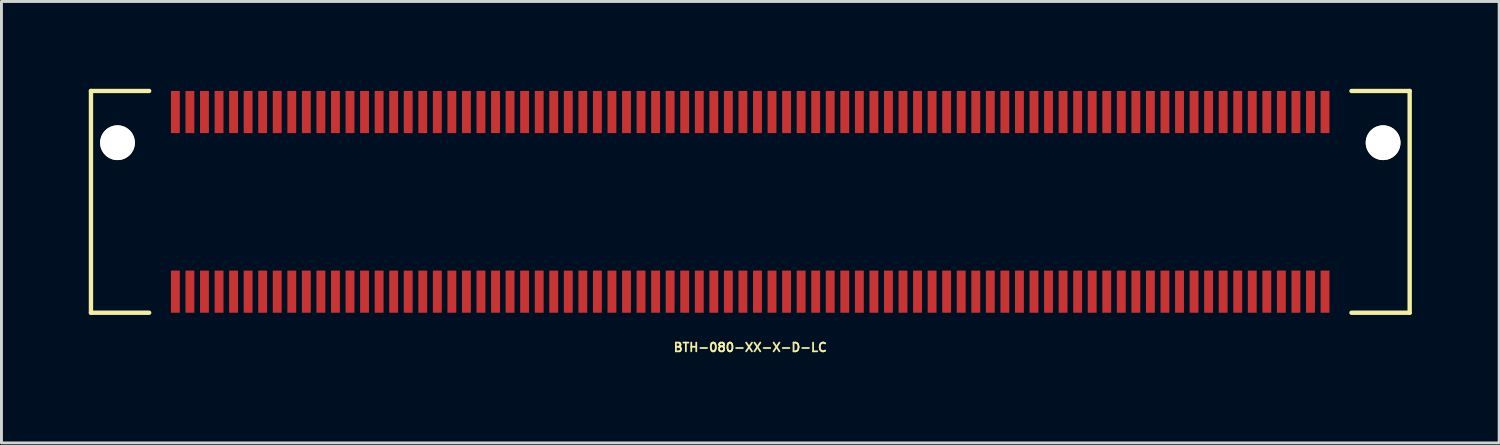
<source format=kicad_pcb>
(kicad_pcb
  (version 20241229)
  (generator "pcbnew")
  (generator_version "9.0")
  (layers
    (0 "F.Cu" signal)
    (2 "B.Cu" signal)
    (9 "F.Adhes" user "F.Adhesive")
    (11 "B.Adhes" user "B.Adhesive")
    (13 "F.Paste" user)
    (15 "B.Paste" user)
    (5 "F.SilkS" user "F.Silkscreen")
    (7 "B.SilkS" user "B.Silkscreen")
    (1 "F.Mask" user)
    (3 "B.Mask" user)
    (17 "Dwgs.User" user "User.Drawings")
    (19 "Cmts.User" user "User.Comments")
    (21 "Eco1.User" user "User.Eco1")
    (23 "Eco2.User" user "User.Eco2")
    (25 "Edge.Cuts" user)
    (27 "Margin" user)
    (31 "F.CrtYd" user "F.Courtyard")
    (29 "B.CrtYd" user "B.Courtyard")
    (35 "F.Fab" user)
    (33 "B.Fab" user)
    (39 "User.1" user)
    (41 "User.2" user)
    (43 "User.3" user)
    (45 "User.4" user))
  (footprint "BTH-080-XX-X-D-LC"
    (layer "F.Cu")
    (at 22.729 3.885)
    (property "Reference" "BTH-080-XX-X-D-LC" (at 0 5 0) (layer "F.SilkS") (effects (font (size 0.3 0.3) (thickness 0.061))))
    (attr smd)
    (fp_line (start -22.654 -3.81) (end -22.654 3.81) (stroke (width 0.15) (type solid)) (layer "F.SilkS"))
    (fp_line (start -22.654 3.81) (end -20.654 3.81) (stroke (width 0.15) (type solid)) (layer "F.SilkS"))
    (fp_line (start -20.654 -3.81) (end -22.654 -3.81) (stroke (width 0.15) (type solid)) (layer "F.SilkS"))
    (fp_line (start 20.654 -3.81) (end 22.654 -3.81) (stroke (width 0.15) (type solid)) (layer "F.SilkS"))
    (fp_line (start 22.654 -3.81) (end 22.654 3.81) (stroke (width 0.15) (type solid)) (layer "F.SilkS"))
    (fp_line (start 22.654 3.81) (end 20.654 3.81) (stroke (width 0.15) (type solid)) (layer "F.SilkS"))
    (pad "" np_thru_hole circle (at -21.742 -2.032) (size 1.194 1.194) (drill 1.194) (layers "*.Cu" "*.Mask" "F.SilkS"))
    (pad "" np_thru_hole circle (at 21.741 -2.032) (size 1.194 1.194) (drill 1.194) (layers "*.Cu" "*.Mask" "F.SilkS"))
    (pad "1" smd rect (at -19.754 -3.086) (size 0.305 1.448) (layers "F.Cu" "F.Mask" "F.Paste"))
    (pad "2" smd rect (at -19.754 3.086) (size 0.305 1.448) (layers "F.Cu" "F.Mask" "F.Paste"))
    (pad "3" smd rect (at -19.254 -3.086) (size 0.305 1.448) (layers "F.Cu" "F.Mask" "F.Paste"))
    (pad "4" smd rect (at -19.254 3.086) (size 0.305 1.448) (layers "F.Cu" "F.Mask" "F.Paste"))
    (pad "5" smd rect (at -18.754 -3.086) (size 0.305 1.448) (layers "F.Cu" "F.Mask" "F.Paste"))
    (pad "6" smd rect (at -18.754 3.086) (size 0.305 1.448) (layers "F.Cu" "F.Mask" "F.Paste"))
    (pad "7" smd rect (at -18.254 -3.086) (size 0.305 1.448) (layers "F.Cu" "F.Mask" "F.Paste"))
    (pad "8" smd rect (at -18.254 3.086) (size 0.305 1.448) (layers "F.Cu" "F.Mask" "F.Paste"))
    (pad "9" smd rect (at -17.754 -3.086) (size 0.305 1.448) (layers "F.Cu" "F.Mask" "F.Paste"))
    (pad "10" smd rect (at -17.754 3.086) (size 0.305 1.448) (layers "F.Cu" "F.Mask" "F.Paste"))
    (pad "11" smd rect (at -17.254 -3.086) (size 0.305 1.448) (layers "F.Cu" "F.Mask" "F.Paste"))
    (pad "12" smd rect (at -17.254 3.086) (size 0.305 1.448) (layers "F.Cu" "F.Mask" "F.Paste"))
    (pad "13" smd rect (at -16.754 -3.086) (size 0.305 1.448) (layers "F.Cu" "F.Mask" "F.Paste"))
    (pad "14" smd rect (at -16.754 3.086) (size 0.305 1.448) (layers "F.Cu" "F.Mask" "F.Paste"))
    (pad "15" smd rect (at -16.254 -3.086) (size 0.305 1.448) (layers "F.Cu" "F.Mask" "F.Paste"))
    (pad "16" smd rect (at -16.254 3.086) (size 0.305 1.448) (layers "F.Cu" "F.Mask" "F.Paste"))
    (pad "17" smd rect (at -15.754 -3.086) (size 0.305 1.448) (layers "F.Cu" "F.Mask" "F.Paste"))
    (pad "18" smd rect (at -15.754 3.086) (size 0.305 1.448) (layers "F.Cu" "F.Mask" "F.Paste"))
    (pad "19" smd rect (at -15.254 -3.086) (size 0.305 1.448) (layers "F.Cu" "F.Mask" "F.Paste"))
    (pad "20" smd rect (at -15.254 3.086) (size 0.305 1.448) (layers "F.Cu" "F.Mask" "F.Paste"))
    (pad "21" smd rect (at -14.754 -3.086) (size 0.305 1.448) (layers "F.Cu" "F.Mask" "F.Paste"))
    (pad "22" smd rect (at -14.754 3.086) (size 0.305 1.448) (layers "F.Cu" "F.Mask" "F.Paste"))
    (pad "23" smd rect (at -14.254 -3.086) (size 0.305 1.448) (layers "F.Cu" "F.Mask" "F.Paste"))
    (pad "24" smd rect (at -14.254 3.086) (size 0.305 1.448) (layers "F.Cu" "F.Mask" "F.Paste"))
    (pad "25" smd rect (at -13.754 -3.086) (size 0.305 1.448) (layers "F.Cu" "F.Mask" "F.Paste"))
    (pad "26" smd rect (at -13.754 3.086) (size 0.305 1.448) (layers "F.Cu" "F.Mask" "F.Paste"))
    (pad "27" smd rect (at -13.254 -3.086) (size 0.305 1.448) (layers "F.Cu" "F.Mask" "F.Paste"))
    (pad "28" smd rect (at -13.254 3.086) (size 0.305 1.448) (layers "F.Cu" "F.Mask" "F.Paste"))
    (pad "29" smd rect (at -12.754 -3.086) (size 0.305 1.448) (layers "F.Cu" "F.Mask" "F.Paste"))
    (pad "30" smd rect (at -12.754 3.086) (size 0.305 1.448) (layers "F.Cu" "F.Mask" "F.Paste"))
    (pad "31" smd rect (at -12.254 -3.086) (size 0.305 1.448) (layers "F.Cu" "F.Mask" "F.Paste"))
    (pad "32" smd rect (at -12.254 3.086) (size 0.305 1.448) (layers "F.Cu" "F.Mask" "F.Paste"))
    (pad "33" smd rect (at -11.754 -3.086) (size 0.305 1.448) (layers "F.Cu" "F.Mask" "F.Paste"))
    (pad "34" smd rect (at -11.754 3.086) (size 0.305 1.448) (layers "F.Cu" "F.Mask" "F.Paste"))
    (pad "35" smd rect (at -11.254 -3.086) (size 0.305 1.448) (layers "F.Cu" "F.Mask" "F.Paste"))
    (pad "36" smd rect (at -11.254 3.086) (size 0.305 1.448) (layers "F.Cu" "F.Mask" "F.Paste"))
    (pad "37" smd rect (at -10.754 -3.086) (size 0.305 1.448) (layers "F.Cu" "F.Mask" "F.Paste"))
    (pad "38" smd rect (at -10.754 3.086) (size 0.305 1.448) (layers "F.Cu" "F.Mask" "F.Paste"))
    (pad "39" smd rect (at -10.254 -3.086) (size 0.305 1.448) (layers "F.Cu" "F.Mask" "F.Paste"))
    (pad "40" smd rect (at -10.254 3.086) (size 0.305 1.448) (layers "F.Cu" "F.Mask" "F.Paste"))
    (pad "41" smd rect (at -9.754 -3.086) (size 0.305 1.448) (layers "F.Cu" "F.Mask" "F.Paste"))
    (pad "42" smd rect (at -9.754 3.086) (size 0.305 1.448) (layers "F.Cu" "F.Mask" "F.Paste"))
    (pad "43" smd rect (at -9.254 -3.086) (size 0.305 1.448) (layers "F.Cu" "F.Mask" "F.Paste"))
    (pad "44" smd rect (at -9.254 3.086) (size 0.305 1.448) (layers "F.Cu" "F.Mask" "F.Paste"))
    (pad "45" smd rect (at -8.754 -3.086) (size 0.305 1.448) (layers "F.Cu" "F.Mask" "F.Paste"))
    (pad "46" smd rect (at -8.754 3.086) (size 0.305 1.448) (layers "F.Cu" "F.Mask" "F.Paste"))
    (pad "47" smd rect (at -8.254 -3.086) (size 0.305 1.448) (layers "F.Cu" "F.Mask" "F.Paste"))
    (pad "48" smd rect (at -8.254 3.086) (size 0.305 1.448) (layers "F.Cu" "F.Mask" "F.Paste"))
    (pad "49" smd rect (at -7.754 -3.086) (size 0.305 1.448) (layers "F.Cu" "F.Mask" "F.Paste"))
    (pad "50" smd rect (at -7.754 3.086) (size 0.305 1.448) (layers "F.Cu" "F.Mask" "F.Paste"))
    (pad "51" smd rect (at -7.254 -3.086) (size 0.305 1.448) (layers "F.Cu" "F.Mask" "F.Paste"))
    (pad "52" smd rect (at -7.254 3.086) (size 0.305 1.448) (layers "F.Cu" "F.Mask" "F.Paste"))
    (pad "53" smd rect (at -6.754 -3.086) (size 0.305 1.448) (layers "F.Cu" "F.Mask" "F.Paste"))
    (pad "54" smd rect (at -6.754 3.086) (size 0.305 1.448) (layers "F.Cu" "F.Mask" "F.Paste"))
    (pad "55" smd rect (at -6.254 -3.086) (size 0.305 1.448) (layers "F.Cu" "F.Mask" "F.Paste"))
    (pad "56" smd rect (at -6.254 3.086) (size 0.305 1.448) (layers "F.Cu" "F.Mask" "F.Paste"))
    (pad "57" smd rect (at -5.754 -3.086) (size 0.305 1.448) (layers "F.Cu" "F.Mask" "F.Paste"))
    (pad "58" smd rect (at -5.754 3.086) (size 0.305 1.448) (layers "F.Cu" "F.Mask" "F.Paste"))
    (pad "59" smd rect (at -5.254 -3.086) (size 0.305 1.448) (layers "F.Cu" "F.Mask" "F.Paste"))
    (pad "60" smd rect (at -5.254 3.086) (size 0.305 1.448) (layers "F.Cu" "F.Mask" "F.Paste"))
    (pad "61" smd rect (at -4.754 -3.086) (size 0.305 1.448) (layers "F.Cu" "F.Mask" "F.Paste"))
    (pad "62" smd rect (at -4.754 3.086) (size 0.305 1.448) (layers "F.Cu" "F.Mask" "F.Paste"))
    (pad "63" smd rect (at -4.254 -3.086) (size 0.305 1.448) (layers "F.Cu" "F.Mask" "F.Paste"))
    (pad "64" smd rect (at -4.254 3.086) (size 0.305 1.448) (layers "F.Cu" "F.Mask" "F.Paste"))
    (pad "65" smd rect (at -3.754 -3.086) (size 0.305 1.448) (layers "F.Cu" "F.Mask" "F.Paste"))
    (pad "66" smd rect (at -3.754 3.086) (size 0.305 1.448) (layers "F.Cu" "F.Mask" "F.Paste"))
    (pad "67" smd rect (at -3.254 -3.086) (size 0.305 1.448) (layers "F.Cu" "F.Mask" "F.Paste"))
    (pad "68" smd rect (at -3.254 3.086) (size 0.305 1.448) (layers "F.Cu" "F.Mask" "F.Paste"))
    (pad "69" smd rect (at -2.754 -3.086) (size 0.305 1.448) (layers "F.Cu" "F.Mask" "F.Paste"))
    (pad "70" smd rect (at -2.754 3.086) (size 0.305 1.448) (layers "F.Cu" "F.Mask" "F.Paste"))
    (pad "71" smd rect (at -2.254 -3.086) (size 0.305 1.448) (layers "F.Cu" "F.Mask" "F.Paste"))
    (pad "72" smd rect (at -2.254 3.086) (size 0.305 1.448) (layers "F.Cu" "F.Mask" "F.Paste"))
    (pad "73" smd rect (at -1.754 -3.086) (size 0.305 1.448) (layers "F.Cu" "F.Mask" "F.Paste"))
    (pad "74" smd rect (at -1.754 3.086) (size 0.305 1.448) (layers "F.Cu" "F.Mask" "F.Paste"))
    (pad "75" smd rect (at -1.254 -3.086) (size 0.305 1.448) (layers "F.Cu" "F.Mask" "F.Paste"))
    (pad "76" smd rect (at -1.254 3.086) (size 0.305 1.448) (layers "F.Cu" "F.Mask" "F.Paste"))
    (pad "77" smd rect (at -0.754 -3.086) (size 0.305 1.448) (layers "F.Cu" "F.Mask" "F.Paste"))
    (pad "78" smd rect (at -0.754 3.086) (size 0.305 1.448) (layers "F.Cu" "F.Mask" "F.Paste"))
    (pad "79" smd rect (at -0.254 -3.086) (size 0.305 1.448) (layers "F.Cu" "F.Mask" "F.Paste"))
    (pad "80" smd rect (at -0.254 3.086) (size 0.305 1.448) (layers "F.Cu" "F.Mask" "F.Paste"))
    (pad "81" smd rect (at 0.246 -3.086) (size 0.305 1.448) (layers "F.Cu" "F.Mask" "F.Paste"))
    (pad "82" smd rect (at 0.246 3.086) (size 0.305 1.448) (layers "F.Cu" "F.Mask" "F.Paste"))
    (pad "83" smd rect (at 0.746 -3.086) (size 0.305 1.448) (layers "F.Cu" "F.Mask" "F.Paste"))
    (pad "84" smd rect (at 0.746 3.086) (size 0.305 1.448) (layers "F.Cu" "F.Mask" "F.Paste"))
    (pad "85" smd rect (at 1.246 -3.086) (size 0.305 1.448) (layers "F.Cu" "F.Mask" "F.Paste"))
    (pad "86" smd rect (at 1.246 3.086) (size 0.305 1.448) (layers "F.Cu" "F.Mask" "F.Paste"))
    (pad "87" smd rect (at 1.746 -3.086) (size 0.305 1.448) (layers "F.Cu" "F.Mask" "F.Paste"))
    (pad "88" smd rect (at 1.746 3.086) (size 0.305 1.448) (layers "F.Cu" "F.Mask" "F.Paste"))
    (pad "89" smd rect (at 2.246 -3.086) (size 0.305 1.448) (layers "F.Cu" "F.Mask" "F.Paste"))
    (pad "90" smd rect (at 2.246 3.086) (size 0.305 1.448) (layers "F.Cu" "F.Mask" "F.Paste"))
    (pad "91" smd rect (at 2.746 -3.086) (size 0.305 1.448) (layers "F.Cu" "F.Mask" "F.Paste"))
    (pad "92" smd rect (at 2.746 3.086) (size 0.305 1.448) (layers "F.Cu" "F.Mask" "F.Paste"))
    (pad "93" smd rect (at 3.246 -3.086) (size 0.305 1.448) (layers "F.Cu" "F.Mask" "F.Paste"))
    (pad "94" smd rect (at 3.246 3.086) (size 0.305 1.448) (layers "F.Cu" "F.Mask" "F.Paste"))
    (pad "95" smd rect (at 3.746 -3.086) (size 0.305 1.448) (layers "F.Cu" "F.Mask" "F.Paste"))
    (pad "96" smd rect (at 3.746 3.086) (size 0.305 1.448) (layers "F.Cu" "F.Mask" "F.Paste"))
    (pad "97" smd rect (at 4.246 -3.086) (size 0.305 1.448) (layers "F.Cu" "F.Mask" "F.Paste"))
    (pad "98" smd rect (at 4.246 3.086) (size 0.305 1.448) (layers "F.Cu" "F.Mask" "F.Paste"))
    (pad "99" smd rect (at 4.746 -3.086) (size 0.305 1.448) (layers "F.Cu" "F.Mask" "F.Paste"))
    (pad "100" smd rect (at 4.746 3.086) (size 0.305 1.448) (layers "F.Cu" "F.Mask" "F.Paste"))
    (pad "101" smd rect (at 5.246 -3.086) (size 0.305 1.448) (layers "F.Cu" "F.Mask" "F.Paste"))
    (pad "102" smd rect (at 5.246 3.086) (size 0.305 1.448) (layers "F.Cu" "F.Mask" "F.Paste"))
    (pad "103" smd rect (at 5.746 -3.086) (size 0.305 1.448) (layers "F.Cu" "F.Mask" "F.Paste"))
    (pad "104" smd rect (at 5.746 3.086) (size 0.305 1.448) (layers "F.Cu" "F.Mask" "F.Paste"))
    (pad "105" smd rect (at 6.246 -3.086) (size 0.305 1.448) (layers "F.Cu" "F.Mask" "F.Paste"))
    (pad "106" smd rect (at 6.246 3.086) (size 0.305 1.448) (layers "F.Cu" "F.Mask" "F.Paste"))
    (pad "107" smd rect (at 6.746 -3.086) (size 0.305 1.448) (layers "F.Cu" "F.Mask" "F.Paste"))
    (pad "108" smd rect (at 6.746 3.086) (size 0.305 1.448) (layers "F.Cu" "F.Mask" "F.Paste"))
    (pad "109" smd rect (at 7.246 -3.086) (size 0.305 1.448) (layers "F.Cu" "F.Mask" "F.Paste"))
    (pad "110" smd rect (at 7.246 3.086) (size 0.305 1.448) (layers "F.Cu" "F.Mask" "F.Paste"))
    (pad "111" smd rect (at 7.746 -3.086) (size 0.305 1.448) (layers "F.Cu" "F.Mask" "F.Paste"))
    (pad "112" smd rect (at 7.746 3.086) (size 0.305 1.448) (layers "F.Cu" "F.Mask" "F.Paste"))
    (pad "113" smd rect (at 8.246 -3.086) (size 0.305 1.448) (layers "F.Cu" "F.Mask" "F.Paste"))
    (pad "114" smd rect (at 8.246 3.086) (size 0.305 1.448) (layers "F.Cu" "F.Mask" "F.Paste"))
    (pad "115" smd rect (at 8.746 -3.086) (size 0.305 1.448) (layers "F.Cu" "F.Mask" "F.Paste"))
    (pad "116" smd rect (at 8.746 3.086) (size 0.305 1.448) (layers "F.Cu" "F.Mask" "F.Paste"))
    (pad "117" smd rect (at 9.246 -3.086) (size 0.305 1.448) (layers "F.Cu" "F.Mask" "F.Paste"))
    (pad "118" smd rect (at 9.246 3.086) (size 0.305 1.448) (layers "F.Cu" "F.Mask" "F.Paste"))
    (pad "119" smd rect (at 9.746 -3.086) (size 0.305 1.448) (layers "F.Cu" "F.Mask" "F.Paste"))
    (pad "120" smd rect (at 9.746 3.086) (size 0.305 1.448) (layers "F.Cu" "F.Mask" "F.Paste"))
    (pad "121" smd rect (at 10.246 -3.086) (size 0.305 1.448) (layers "F.Cu" "F.Mask" "F.Paste"))
    (pad "122" smd rect (at 10.246 3.086) (size 0.305 1.448) (layers "F.Cu" "F.Mask" "F.Paste"))
    (pad "123" smd rect (at 10.746 -3.086) (size 0.305 1.448) (layers "F.Cu" "F.Mask" "F.Paste"))
    (pad "124" smd rect (at 10.746 3.086) (size 0.305 1.448) (layers "F.Cu" "F.Mask" "F.Paste"))
    (pad "125" smd rect (at 11.246 -3.086) (size 0.305 1.448) (layers "F.Cu" "F.Mask" "F.Paste"))
    (pad "126" smd rect (at 11.246 3.086) (size 0.305 1.448) (layers "F.Cu" "F.Mask" "F.Paste"))
    (pad "127" smd rect (at 11.746 -3.086) (size 0.305 1.448) (layers "F.Cu" "F.Mask" "F.Paste"))
    (pad "128" smd rect (at 11.746 3.086) (size 0.305 1.448) (layers "F.Cu" "F.Mask" "F.Paste"))
    (pad "129" smd rect (at 12.246 -3.086) (size 0.305 1.448) (layers "F.Cu" "F.Mask" "F.Paste"))
    (pad "130" smd rect (at 12.246 3.086) (size 0.305 1.448) (layers "F.Cu" "F.Mask" "F.Paste"))
    (pad "131" smd rect (at 12.746 -3.086) (size 0.305 1.448) (layers "F.Cu" "F.Mask" "F.Paste"))
    (pad "132" smd rect (at 12.746 3.086) (size 0.305 1.448) (layers "F.Cu" "F.Mask" "F.Paste"))
    (pad "133" smd rect (at 13.246 -3.086) (size 0.305 1.448) (layers "F.Cu" "F.Mask" "F.Paste"))
    (pad "134" smd rect (at 13.246 3.086) (size 0.305 1.448) (layers "F.Cu" "F.Mask" "F.Paste"))
    (pad "135" smd rect (at 13.746 -3.086) (size 0.305 1.448) (layers "F.Cu" "F.Mask" "F.Paste"))
    (pad "136" smd rect (at 13.746 3.086) (size 0.305 1.448) (layers "F.Cu" "F.Mask" "F.Paste"))
    (pad "137" smd rect (at 14.246 -3.086) (size 0.305 1.448) (layers "F.Cu" "F.Mask" "F.Paste"))
    (pad "138" smd rect (at 14.246 3.086) (size 0.305 1.448) (layers "F.Cu" "F.Mask" "F.Paste"))
    (pad "139" smd rect (at 14.746 -3.086) (size 0.305 1.448) (layers "F.Cu" "F.Mask" "F.Paste"))
    (pad "140" smd rect (at 14.746 3.086) (size 0.305 1.448) (layers "F.Cu" "F.Mask" "F.Paste"))
    (pad "141" smd rect (at 15.246 -3.086) (size 0.305 1.448) (layers "F.Cu" "F.Mask" "F.Paste"))
    (pad "142" smd rect (at 15.246 3.086) (size 0.305 1.448) (layers "F.Cu" "F.Mask" "F.Paste"))
    (pad "143" smd rect (at 15.746 -3.086) (size 0.305 1.448) (layers "F.Cu" "F.Mask" "F.Paste"))
    (pad "144" smd rect (at 15.746 3.086) (size 0.305 1.448) (layers "F.Cu" "F.Mask" "F.Paste"))
    (pad "145" smd rect (at 16.246 -3.086) (size 0.305 1.448) (layers "F.Cu" "F.Mask" "F.Paste"))
    (pad "146" smd rect (at 16.246 3.086) (size 0.305 1.448) (layers "F.Cu" "F.Mask" "F.Paste"))
    (pad "147" smd rect (at 16.746 -3.086) (size 0.305 1.448) (layers "F.Cu" "F.Mask" "F.Paste"))
    (pad "148" smd rect (at 16.746 3.086) (size 0.305 1.448) (layers "F.Cu" "F.Mask" "F.Paste"))
    (pad "149" smd rect (at 17.246 -3.086) (size 0.305 1.448) (layers "F.Cu" "F.Mask" "F.Paste"))
    (pad "150" smd rect (at 17.246 3.086) (size 0.305 1.448) (layers "F.Cu" "F.Mask" "F.Paste"))
    (pad "151" smd rect (at 17.746 -3.086) (size 0.305 1.448) (layers "F.Cu" "F.Mask" "F.Paste"))
    (pad "152" smd rect (at 17.746 3.086) (size 0.305 1.448) (layers "F.Cu" "F.Mask" "F.Paste"))
    (pad "153" smd rect (at 18.246 -3.086) (size 0.305 1.448) (layers "F.Cu" "F.Mask" "F.Paste"))
    (pad "154" smd rect (at 18.246 3.086) (size 0.305 1.448) (layers "F.Cu" "F.Mask" "F.Paste"))
    (pad "155" smd rect (at 18.746 -3.086) (size 0.305 1.448) (layers "F.Cu" "F.Mask" "F.Paste"))
    (pad "156" smd rect (at 18.746 3.086) (size 0.305 1.448) (layers "F.Cu" "F.Mask" "F.Paste"))
    (pad "157" smd rect (at 19.246 -3.086) (size 0.305 1.448) (layers "F.Cu" "F.Mask" "F.Paste"))
    (pad "158" smd rect (at 19.246 3.086) (size 0.305 1.448) (layers "F.Cu" "F.Mask" "F.Paste"))
    (pad "159" smd rect (at 19.746 -3.086) (size 0.305 1.448) (layers "F.Cu" "F.Mask" "F.Paste"))
    (pad "160" smd rect (at 19.746 3.086) (size 0.305 1.448) (layers "F.Cu" "F.Mask" "F.Paste")))
  (gr_rect
    (start -3 -3)
    (end 48.458 12.167)
    (stroke (width 0.1) (type default))
    (fill no)
    (layer "Edge.Cuts")))
</source>
